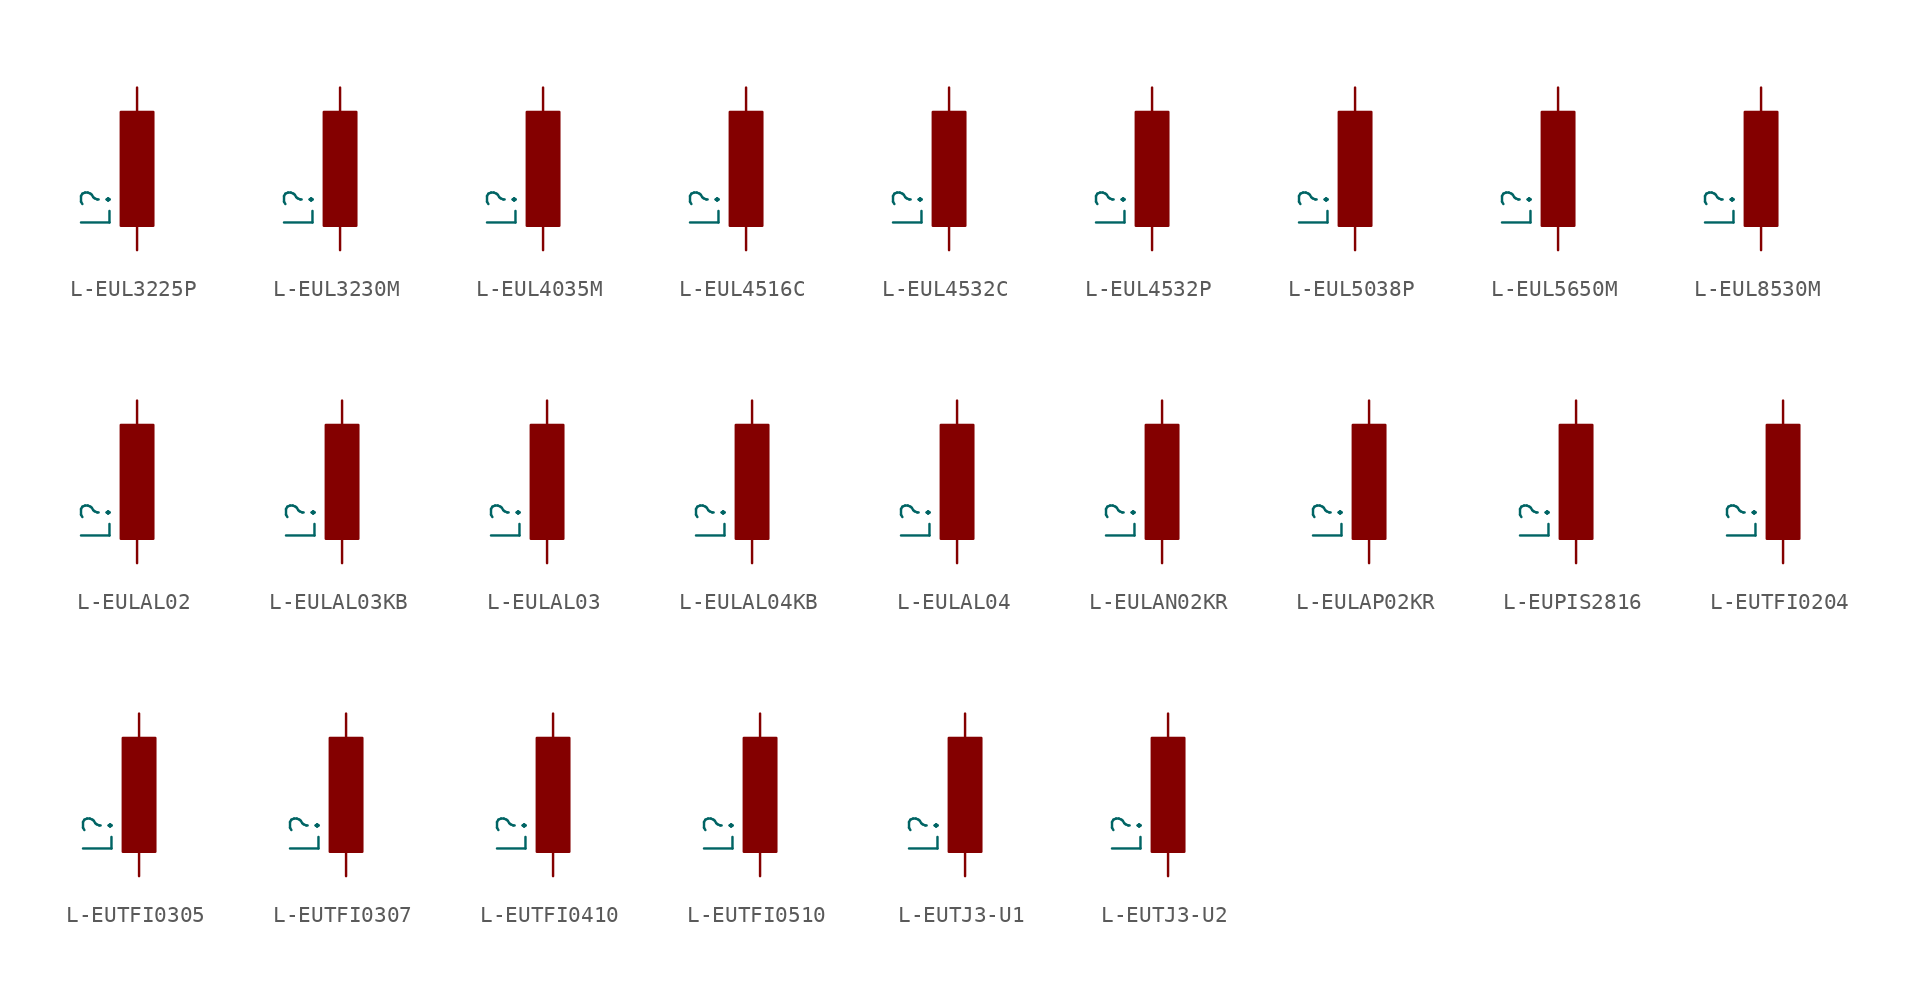
<source format=kicad_sym>
(kicad_symbol_lib
  (version 20220914)
  (generator kicad_symbol_editor)
  (symbol "L-EUL3225P"
    (property "Reference" "L"
      (at -1.499 -3.81 90)
      (effects (font (size 1.778 1.511)) (justify left bottom)))
    (property "Value" ""
      (at 3.302 -3.81 90)
      (effects (font (size 1.778 1.511)) (justify left bottom)))
    (property "ki_locked" ""
      (at 0 0 0)
      (effects (font (size 1.27 1.27))))
    (symbol "L-EUL3225P_1_0"
      (rectangle (start -1.016 -3.556) (end 1.016 3.556) (stroke (width 0) (type default)) (fill (type outline)))
      (pin passive line (at 0 5.08 270) (length 2.54) (name "1" (effects (font (size 0 0)))) (number "1" (effects (font (size 0 0)))))
      (pin passive line (at 0 -5.08 90) (length 2.54) (name "2" (effects (font (size 0 0)))) (number "2" (effects (font (size 0 0)))))))
  (symbol "L-EUL3230M"
    (property "Reference" "L"
      (at -1.499 -3.81 90)
      (effects (font (size 1.778 1.511)) (justify left bottom)))
    (property "Value" ""
      (at 3.302 -3.81 90)
      (effects (font (size 1.778 1.511)) (justify left bottom)))
    (property "ki_locked" ""
      (at 0 0 0)
      (effects (font (size 1.27 1.27))))
    (symbol "L-EUL3230M_1_0"
      (rectangle (start -1.016 -3.556) (end 1.016 3.556) (stroke (width 0) (type default)) (fill (type outline)))
      (pin passive line (at 0 5.08 270) (length 2.54) (name "1" (effects (font (size 0 0)))) (number "1" (effects (font (size 0 0)))))
      (pin passive line (at 0 -5.08 90) (length 2.54) (name "2" (effects (font (size 0 0)))) (number "2" (effects (font (size 0 0)))))))
  (symbol "L-EUL4035M"
    (property "Reference" "L"
      (at -1.499 -3.81 90)
      (effects (font (size 1.778 1.511)) (justify left bottom)))
    (property "Value" ""
      (at 3.302 -3.81 90)
      (effects (font (size 1.778 1.511)) (justify left bottom)))
    (property "ki_locked" ""
      (at 0 0 0)
      (effects (font (size 1.27 1.27))))
    (symbol "L-EUL4035M_1_0"
      (rectangle (start -1.016 -3.556) (end 1.016 3.556) (stroke (width 0) (type default)) (fill (type outline)))
      (pin passive line (at 0 5.08 270) (length 2.54) (name "1" (effects (font (size 0 0)))) (number "1" (effects (font (size 0 0)))))
      (pin passive line (at 0 -5.08 90) (length 2.54) (name "2" (effects (font (size 0 0)))) (number "2" (effects (font (size 0 0)))))))
  (symbol "L-EUL4516C"
    (property "Reference" "L"
      (at -1.499 -3.81 90)
      (effects (font (size 1.778 1.511)) (justify left bottom)))
    (property "Value" ""
      (at 3.302 -3.81 90)
      (effects (font (size 1.778 1.511)) (justify left bottom)))
    (property "ki_locked" ""
      (at 0 0 0)
      (effects (font (size 1.27 1.27))))
    (symbol "L-EUL4516C_1_0"
      (rectangle (start -1.016 -3.556) (end 1.016 3.556) (stroke (width 0) (type default)) (fill (type outline)))
      (pin passive line (at 0 5.08 270) (length 2.54) (name "1" (effects (font (size 0 0)))) (number "1" (effects (font (size 0 0)))))
      (pin passive line (at 0 -5.08 90) (length 2.54) (name "2" (effects (font (size 0 0)))) (number "2" (effects (font (size 0 0)))))))
  (symbol "L-EUL4532C"
    (property "Reference" "L"
      (at -1.499 -3.81 90)
      (effects (font (size 1.778 1.511)) (justify left bottom)))
    (property "Value" ""
      (at 3.302 -3.81 90)
      (effects (font (size 1.778 1.511)) (justify left bottom)))
    (property "ki_locked" ""
      (at 0 0 0)
      (effects (font (size 1.27 1.27))))
    (symbol "L-EUL4532C_1_0"
      (rectangle (start -1.016 -3.556) (end 1.016 3.556) (stroke (width 0) (type default)) (fill (type outline)))
      (pin passive line (at 0 5.08 270) (length 2.54) (name "1" (effects (font (size 0 0)))) (number "1" (effects (font (size 0 0)))))
      (pin passive line (at 0 -5.08 90) (length 2.54) (name "2" (effects (font (size 0 0)))) (number "2" (effects (font (size 0 0)))))))
  (symbol "L-EUL4532P"
    (property "Reference" "L"
      (at -1.499 -3.81 90)
      (effects (font (size 1.778 1.511)) (justify left bottom)))
    (property "Value" ""
      (at 3.302 -3.81 90)
      (effects (font (size 1.778 1.511)) (justify left bottom)))
    (property "ki_locked" ""
      (at 0 0 0)
      (effects (font (size 1.27 1.27))))
    (symbol "L-EUL4532P_1_0"
      (rectangle (start -1.016 -3.556) (end 1.016 3.556) (stroke (width 0) (type default)) (fill (type outline)))
      (pin passive line (at 0 5.08 270) (length 2.54) (name "1" (effects (font (size 0 0)))) (number "1" (effects (font (size 0 0)))))
      (pin passive line (at 0 -5.08 90) (length 2.54) (name "2" (effects (font (size 0 0)))) (number "2" (effects (font (size 0 0)))))))
  (symbol "L-EUL5038P"
    (property "Reference" "L"
      (at -1.499 -3.81 90)
      (effects (font (size 1.778 1.511)) (justify left bottom)))
    (property "Value" ""
      (at 3.302 -3.81 90)
      (effects (font (size 1.778 1.511)) (justify left bottom)))
    (property "ki_locked" ""
      (at 0 0 0)
      (effects (font (size 1.27 1.27))))
    (symbol "L-EUL5038P_1_0"
      (rectangle (start -1.016 -3.556) (end 1.016 3.556) (stroke (width 0) (type default)) (fill (type outline)))
      (pin passive line (at 0 5.08 270) (length 2.54) (name "1" (effects (font (size 0 0)))) (number "1" (effects (font (size 0 0)))))
      (pin passive line (at 0 -5.08 90) (length 2.54) (name "2" (effects (font (size 0 0)))) (number "2" (effects (font (size 0 0)))))))
  (symbol "L-EUL5650M"
    (property "Reference" "L"
      (at -1.499 -3.81 90)
      (effects (font (size 1.778 1.511)) (justify left bottom)))
    (property "Value" ""
      (at 3.302 -3.81 90)
      (effects (font (size 1.778 1.511)) (justify left bottom)))
    (property "ki_locked" ""
      (at 0 0 0)
      (effects (font (size 1.27 1.27))))
    (symbol "L-EUL5650M_1_0"
      (rectangle (start -1.016 -3.556) (end 1.016 3.556) (stroke (width 0) (type default)) (fill (type outline)))
      (pin passive line (at 0 5.08 270) (length 2.54) (name "1" (effects (font (size 0 0)))) (number "1" (effects (font (size 0 0)))))
      (pin passive line (at 0 -5.08 90) (length 2.54) (name "2" (effects (font (size 0 0)))) (number "2" (effects (font (size 0 0)))))))
  (symbol "L-EUL8530M"
    (property "Reference" "L"
      (at -1.499 -3.81 90)
      (effects (font (size 1.778 1.511)) (justify left bottom)))
    (property "Value" ""
      (at 3.302 -3.81 90)
      (effects (font (size 1.778 1.511)) (justify left bottom)))
    (property "ki_locked" ""
      (at 0 0 0)
      (effects (font (size 1.27 1.27))))
    (symbol "L-EUL8530M_1_0"
      (rectangle (start -1.016 -3.556) (end 1.016 3.556) (stroke (width 0) (type default)) (fill (type outline)))
      (pin passive line (at 0 5.08 270) (length 2.54) (name "1" (effects (font (size 0 0)))) (number "1" (effects (font (size 0 0)))))
      (pin passive line (at 0 -5.08 90) (length 2.54) (name "2" (effects (font (size 0 0)))) (number "2" (effects (font (size 0 0)))))))
  (symbol "L-EULAL02"
    (property "Reference" "L"
      (at -1.499 -3.81 90)
      (effects (font (size 1.778 1.511)) (justify left bottom)))
    (property "Value" ""
      (at 3.302 -3.81 90)
      (effects (font (size 1.778 1.511)) (justify left bottom)))
    (property "ki_locked" ""
      (at 0 0 0)
      (effects (font (size 1.27 1.27))))
    (symbol "L-EULAL02_1_0"
      (rectangle (start -1.016 -3.556) (end 1.016 3.556) (stroke (width 0) (type default)) (fill (type outline)))
      (pin passive line (at 0 5.08 270) (length 2.54) (name "1" (effects (font (size 0 0)))) (number "1" (effects (font (size 0 0)))))
      (pin passive line (at 0 -5.08 90) (length 2.54) (name "2" (effects (font (size 0 0)))) (number "2" (effects (font (size 0 0)))))))
  (symbol "L-EULAL03KB"
    (property "Reference" "L"
      (at -1.499 -3.81 90)
      (effects (font (size 1.778 1.511)) (justify left bottom)))
    (property "Value" ""
      (at 3.302 -3.81 90)
      (effects (font (size 1.778 1.511)) (justify left bottom)))
    (property "ki_locked" ""
      (at 0 0 0)
      (effects (font (size 1.27 1.27))))
    (symbol "L-EULAL03KB_1_0"
      (rectangle (start -1.016 -3.556) (end 1.016 3.556) (stroke (width 0) (type default)) (fill (type outline)))
      (pin passive line (at 0 5.08 270) (length 2.54) (name "1" (effects (font (size 0 0)))) (number "1" (effects (font (size 0 0)))))
      (pin passive line (at 0 -5.08 90) (length 2.54) (name "2" (effects (font (size 0 0)))) (number "2" (effects (font (size 0 0)))))))
  (symbol "L-EULAL03"
    (property "Reference" "L"
      (at -1.499 -3.81 90)
      (effects (font (size 1.778 1.511)) (justify left bottom)))
    (property "Value" ""
      (at 3.302 -3.81 90)
      (effects (font (size 1.778 1.511)) (justify left bottom)))
    (property "ki_locked" ""
      (at 0 0 0)
      (effects (font (size 1.27 1.27))))
    (symbol "L-EULAL03_1_0"
      (rectangle (start -1.016 -3.556) (end 1.016 3.556) (stroke (width 0) (type default)) (fill (type outline)))
      (pin passive line (at 0 5.08 270) (length 2.54) (name "1" (effects (font (size 0 0)))) (number "1" (effects (font (size 0 0)))))
      (pin passive line (at 0 -5.08 90) (length 2.54) (name "2" (effects (font (size 0 0)))) (number "2" (effects (font (size 0 0)))))))
  (symbol "L-EULAL04KB"
    (property "Reference" "L"
      (at -1.499 -3.81 90)
      (effects (font (size 1.778 1.511)) (justify left bottom)))
    (property "Value" ""
      (at 3.302 -3.81 90)
      (effects (font (size 1.778 1.511)) (justify left bottom)))
    (property "ki_locked" ""
      (at 0 0 0)
      (effects (font (size 1.27 1.27))))
    (symbol "L-EULAL04KB_1_0"
      (rectangle (start -1.016 -3.556) (end 1.016 3.556) (stroke (width 0) (type default)) (fill (type outline)))
      (pin passive line (at 0 5.08 270) (length 2.54) (name "1" (effects (font (size 0 0)))) (number "1" (effects (font (size 0 0)))))
      (pin passive line (at 0 -5.08 90) (length 2.54) (name "2" (effects (font (size 0 0)))) (number "2" (effects (font (size 0 0)))))))
  (symbol "L-EULAL04"
    (property "Reference" "L"
      (at -1.499 -3.81 90)
      (effects (font (size 1.778 1.511)) (justify left bottom)))
    (property "Value" ""
      (at 3.302 -3.81 90)
      (effects (font (size 1.778 1.511)) (justify left bottom)))
    (property "ki_locked" ""
      (at 0 0 0)
      (effects (font (size 1.27 1.27))))
    (symbol "L-EULAL04_1_0"
      (rectangle (start -1.016 -3.556) (end 1.016 3.556) (stroke (width 0) (type default)) (fill (type outline)))
      (pin passive line (at 0 5.08 270) (length 2.54) (name "1" (effects (font (size 0 0)))) (number "1" (effects (font (size 0 0)))))
      (pin passive line (at 0 -5.08 90) (length 2.54) (name "2" (effects (font (size 0 0)))) (number "2" (effects (font (size 0 0)))))))
  (symbol "L-EULAN02KR"
    (property "Reference" "L"
      (at -1.499 -3.81 90)
      (effects (font (size 1.778 1.511)) (justify left bottom)))
    (property "Value" ""
      (at 3.302 -3.81 90)
      (effects (font (size 1.778 1.511)) (justify left bottom)))
    (property "ki_locked" ""
      (at 0 0 0)
      (effects (font (size 1.27 1.27))))
    (symbol "L-EULAN02KR_1_0"
      (rectangle (start -1.016 -3.556) (end 1.016 3.556) (stroke (width 0) (type default)) (fill (type outline)))
      (pin passive line (at 0 5.08 270) (length 2.54) (name "1" (effects (font (size 0 0)))) (number "1" (effects (font (size 0 0)))))
      (pin passive line (at 0 -5.08 90) (length 2.54) (name "2" (effects (font (size 0 0)))) (number "2" (effects (font (size 0 0)))))))
  (symbol "L-EULAP02KR"
    (property "Reference" "L"
      (at -1.499 -3.81 90)
      (effects (font (size 1.778 1.511)) (justify left bottom)))
    (property "Value" ""
      (at 3.302 -3.81 90)
      (effects (font (size 1.778 1.511)) (justify left bottom)))
    (property "ki_locked" ""
      (at 0 0 0)
      (effects (font (size 1.27 1.27))))
    (symbol "L-EULAP02KR_1_0"
      (rectangle (start -1.016 -3.556) (end 1.016 3.556) (stroke (width 0) (type default)) (fill (type outline)))
      (pin passive line (at 0 5.08 270) (length 2.54) (name "1" (effects (font (size 0 0)))) (number "1" (effects (font (size 0 0)))))
      (pin passive line (at 0 -5.08 90) (length 2.54) (name "2" (effects (font (size 0 0)))) (number "2" (effects (font (size 0 0)))))))
  (symbol "L-EUPIS2816"
    (property "Reference" "L"
      (at -1.499 -3.81 90)
      (effects (font (size 1.778 1.511)) (justify left bottom)))
    (property "Value" ""
      (at 3.302 -3.81 90)
      (effects (font (size 1.778 1.511)) (justify left bottom)))
    (property "ki_locked" ""
      (at 0 0 0)
      (effects (font (size 1.27 1.27))))
    (symbol "L-EUPIS2816_1_0"
      (rectangle (start -1.016 -3.556) (end 1.016 3.556) (stroke (width 0) (type default)) (fill (type outline)))
      (pin passive line (at 0 5.08 270) (length 2.54) (name "1" (effects (font (size 0 0)))) (number "1" (effects (font (size 0 0)))))
      (pin passive line (at 0 -5.08 90) (length 2.54) (name "2" (effects (font (size 0 0)))) (number "2" (effects (font (size 0 0)))))))
  (symbol "L-EUTFI0204"
    (property "Reference" "L"
      (at -1.499 -3.81 90)
      (effects (font (size 1.778 1.511)) (justify left bottom)))
    (property "Value" ""
      (at 3.302 -3.81 90)
      (effects (font (size 1.778 1.511)) (justify left bottom)))
    (property "ki_locked" ""
      (at 0 0 0)
      (effects (font (size 1.27 1.27))))
    (symbol "L-EUTFI0204_1_0"
      (rectangle (start -1.016 -3.556) (end 1.016 3.556) (stroke (width 0) (type default)) (fill (type outline)))
      (pin passive line (at 0 5.08 270) (length 2.54) (name "1" (effects (font (size 0 0)))) (number "1" (effects (font (size 0 0)))))
      (pin passive line (at 0 -5.08 90) (length 2.54) (name "2" (effects (font (size 0 0)))) (number "2" (effects (font (size 0 0)))))))
  (symbol "L-EUTFI0305"
    (property "Reference" "L"
      (at -1.499 -3.81 90)
      (effects (font (size 1.778 1.511)) (justify left bottom)))
    (property "Value" ""
      (at 3.302 -3.81 90)
      (effects (font (size 1.778 1.511)) (justify left bottom)))
    (property "ki_locked" ""
      (at 0 0 0)
      (effects (font (size 1.27 1.27))))
    (symbol "L-EUTFI0305_1_0"
      (rectangle (start -1.016 -3.556) (end 1.016 3.556) (stroke (width 0) (type default)) (fill (type outline)))
      (pin passive line (at 0 5.08 270) (length 2.54) (name "1" (effects (font (size 0 0)))) (number "1" (effects (font (size 0 0)))))
      (pin passive line (at 0 -5.08 90) (length 2.54) (name "2" (effects (font (size 0 0)))) (number "2" (effects (font (size 0 0)))))))
  (symbol "L-EUTFI0307"
    (property "Reference" "L"
      (at -1.499 -3.81 90)
      (effects (font (size 1.778 1.511)) (justify left bottom)))
    (property "Value" ""
      (at 3.302 -3.81 90)
      (effects (font (size 1.778 1.511)) (justify left bottom)))
    (property "ki_locked" ""
      (at 0 0 0)
      (effects (font (size 1.27 1.27))))
    (symbol "L-EUTFI0307_1_0"
      (rectangle (start -1.016 -3.556) (end 1.016 3.556) (stroke (width 0) (type default)) (fill (type outline)))
      (pin passive line (at 0 5.08 270) (length 2.54) (name "1" (effects (font (size 0 0)))) (number "1" (effects (font (size 0 0)))))
      (pin passive line (at 0 -5.08 90) (length 2.54) (name "2" (effects (font (size 0 0)))) (number "2" (effects (font (size 0 0)))))))
  (symbol "L-EUTFI0410"
    (property "Reference" "L"
      (at -1.499 -3.81 90)
      (effects (font (size 1.778 1.511)) (justify left bottom)))
    (property "Value" ""
      (at 3.302 -3.81 90)
      (effects (font (size 1.778 1.511)) (justify left bottom)))
    (property "ki_locked" ""
      (at 0 0 0)
      (effects (font (size 1.27 1.27))))
    (symbol "L-EUTFI0410_1_0"
      (rectangle (start -1.016 -3.556) (end 1.016 3.556) (stroke (width 0) (type default)) (fill (type outline)))
      (pin passive line (at 0 5.08 270) (length 2.54) (name "1" (effects (font (size 0 0)))) (number "1" (effects (font (size 0 0)))))
      (pin passive line (at 0 -5.08 90) (length 2.54) (name "2" (effects (font (size 0 0)))) (number "2" (effects (font (size 0 0)))))))
  (symbol "L-EUTFI0510"
    (property "Reference" "L"
      (at -1.499 -3.81 90)
      (effects (font (size 1.778 1.511)) (justify left bottom)))
    (property "Value" ""
      (at 3.302 -3.81 90)
      (effects (font (size 1.778 1.511)) (justify left bottom)))
    (property "ki_locked" ""
      (at 0 0 0)
      (effects (font (size 1.27 1.27))))
    (symbol "L-EUTFI0510_1_0"
      (rectangle (start -1.016 -3.556) (end 1.016 3.556) (stroke (width 0) (type default)) (fill (type outline)))
      (pin passive line (at 0 5.08 270) (length 2.54) (name "1" (effects (font (size 0 0)))) (number "1" (effects (font (size 0 0)))))
      (pin passive line (at 0 -5.08 90) (length 2.54) (name "2" (effects (font (size 0 0)))) (number "2" (effects (font (size 0 0)))))))
  (symbol "L-EUTJ3-U1"
    (property "Reference" "L"
      (at -1.499 -3.81 90)
      (effects (font (size 1.778 1.511)) (justify left bottom)))
    (property "Value" ""
      (at 3.302 -3.81 90)
      (effects (font (size 1.778 1.511)) (justify left bottom)))
    (property "ki_locked" ""
      (at 0 0 0)
      (effects (font (size 1.27 1.27))))
    (symbol "L-EUTJ3-U1_1_0"
      (rectangle (start -1.016 -3.556) (end 1.016 3.556) (stroke (width 0) (type default)) (fill (type outline)))
      (pin passive line (at 0 5.08 270) (length 2.54) (name "1" (effects (font (size 0 0)))) (number "1" (effects (font (size 0 0)))))
      (pin passive line (at 0 -5.08 90) (length 2.54) (name "2" (effects (font (size 0 0)))) (number "2" (effects (font (size 0 0)))))))
  (symbol "L-EUTJ3-U2"
    (property "Reference" "L"
      (at -1.499 -3.81 90)
      (effects (font (size 1.778 1.511)) (justify left bottom)))
    (property "Value" ""
      (at 3.302 -3.81 90)
      (effects (font (size 1.778 1.511)) (justify left bottom)))
    (property "ki_locked" ""
      (at 0 0 0)
      (effects (font (size 1.27 1.27))))
    (symbol "L-EUTJ3-U2_1_0"
      (rectangle (start -1.016 -3.556) (end 1.016 3.556) (stroke (width 0) (type default)) (fill (type outline)))
      (pin passive line (at 0 5.08 270) (length 2.54) (name "1" (effects (font (size 0 0)))) (number "1" (effects (font (size 0 0)))))
      (pin passive line (at 0 -5.08 90) (length 2.54) (name "2" (effects (font (size 0 0)))) (number "2" (effects (font (size 0 0))))))))
</source>
